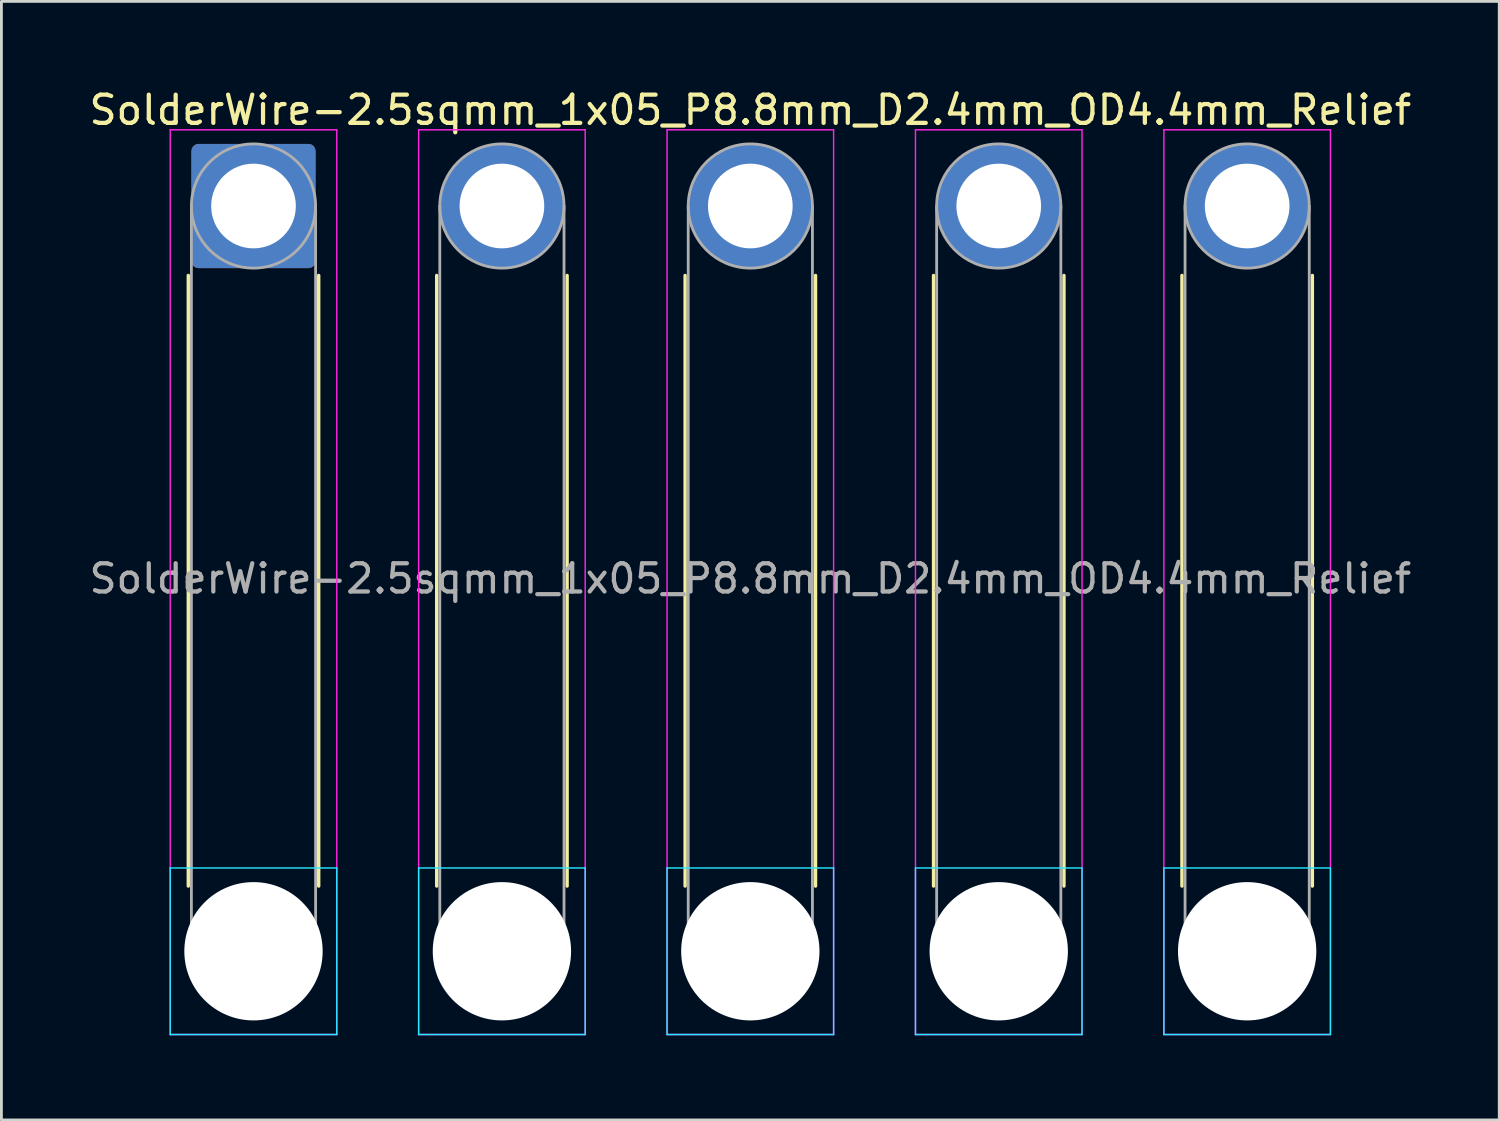
<source format=kicad_pcb>
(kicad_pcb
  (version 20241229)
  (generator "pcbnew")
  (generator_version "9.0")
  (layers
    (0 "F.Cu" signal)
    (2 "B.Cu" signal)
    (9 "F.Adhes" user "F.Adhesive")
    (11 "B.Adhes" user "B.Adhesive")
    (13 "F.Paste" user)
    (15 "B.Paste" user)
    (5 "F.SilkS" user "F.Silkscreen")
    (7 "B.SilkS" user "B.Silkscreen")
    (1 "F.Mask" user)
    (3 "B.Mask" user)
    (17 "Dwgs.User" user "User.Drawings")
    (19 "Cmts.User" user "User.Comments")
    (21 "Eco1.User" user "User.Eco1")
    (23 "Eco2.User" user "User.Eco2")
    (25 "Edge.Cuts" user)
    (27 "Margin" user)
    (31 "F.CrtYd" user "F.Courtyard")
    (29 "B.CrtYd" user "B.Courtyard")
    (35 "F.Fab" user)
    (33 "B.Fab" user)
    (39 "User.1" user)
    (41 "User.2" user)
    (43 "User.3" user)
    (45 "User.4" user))
  (footprint "SolderWire-2.5sqmm_1x05_P8.8mm_D2.4mm_OD4.4mm_Relief"
    (layer "F.Cu")
    (at 5.93 4.248)
    (property "Reference" "SolderWire-2.5sqmm_1x05_P8.8mm_D2.4mm_OD4.4mm_Relief" (at 17.6 -3.4 0) (layer "F.SilkS") (effects (font (size 1 1) (thickness 0.15))))
    (attr exclude_from_pos_files exclude_from_bom)
    (fp_line (start -2.31 2.46) (end -2.31 24.09) (stroke (width 0.12) (type solid)) (layer "F.SilkS"))
    (fp_line (start 2.31 2.46) (end 2.31 24.09) (stroke (width 0.12) (type solid)) (layer "F.SilkS"))
    (fp_line (start 6.49 2.46) (end 6.49 24.09) (stroke (width 0.12) (type solid)) (layer "F.SilkS"))
    (fp_line (start 11.11 2.46) (end 11.11 24.09) (stroke (width 0.12) (type solid)) (layer "F.SilkS"))
    (fp_line (start 15.29 2.46) (end 15.29 24.09) (stroke (width 0.12) (type solid)) (layer "F.SilkS"))
    (fp_line (start 19.91 2.46) (end 19.91 24.09) (stroke (width 0.12) (type solid)) (layer "F.SilkS"))
    (fp_line (start 24.09 2.46) (end 24.09 24.09) (stroke (width 0.12) (type solid)) (layer "F.SilkS"))
    (fp_line (start 28.71 2.46) (end 28.71 24.09) (stroke (width 0.12) (type solid)) (layer "F.SilkS"))
    (fp_line (start 32.89 2.46) (end 32.89 24.09) (stroke (width 0.12) (type solid)) (layer "F.SilkS"))
    (fp_line (start 37.51 2.46) (end 37.51 24.09) (stroke (width 0.12) (type solid)) (layer "F.SilkS"))
    (fp_line (start -2.95 23.45) (end -2.95 29.35) (stroke (width 0.05) (type solid)) (layer "B.CrtYd"))
    (fp_line (start -2.95 29.35) (end 2.95 29.35) (stroke (width 0.05) (type solid)) (layer "B.CrtYd"))
    (fp_line (start 2.95 23.45) (end -2.95 23.45) (stroke (width 0.05) (type solid)) (layer "B.CrtYd"))
    (fp_line (start 2.95 29.35) (end 2.95 23.45) (stroke (width 0.05) (type solid)) (layer "B.CrtYd"))
    (fp_line (start 5.85 23.45) (end 5.85 29.35) (stroke (width 0.05) (type solid)) (layer "B.CrtYd"))
    (fp_line (start 5.85 29.35) (end 11.75 29.35) (stroke (width 0.05) (type solid)) (layer "B.CrtYd"))
    (fp_line (start 11.75 23.45) (end 5.85 23.45) (stroke (width 0.05) (type solid)) (layer "B.CrtYd"))
    (fp_line (start 11.75 29.35) (end 11.75 23.45) (stroke (width 0.05) (type solid)) (layer "B.CrtYd"))
    (fp_line (start 14.65 23.45) (end 14.65 29.35) (stroke (width 0.05) (type solid)) (layer "B.CrtYd"))
    (fp_line (start 14.65 29.35) (end 20.55 29.35) (stroke (width 0.05) (type solid)) (layer "B.CrtYd"))
    (fp_line (start 20.55 23.45) (end 14.65 23.45) (stroke (width 0.05) (type solid)) (layer "B.CrtYd"))
    (fp_line (start 20.55 29.35) (end 20.55 23.45) (stroke (width 0.05) (type solid)) (layer "B.CrtYd"))
    (fp_line (start 23.45 23.45) (end 23.45 29.35) (stroke (width 0.05) (type solid)) (layer "B.CrtYd"))
    (fp_line (start 23.45 29.35) (end 29.35 29.35) (stroke (width 0.05) (type solid)) (layer "B.CrtYd"))
    (fp_line (start 29.35 23.45) (end 23.45 23.45) (stroke (width 0.05) (type solid)) (layer "B.CrtYd"))
    (fp_line (start 29.35 29.35) (end 29.35 23.45) (stroke (width 0.05) (type solid)) (layer "B.CrtYd"))
    (fp_line (start 32.25 23.45) (end 32.25 29.35) (stroke (width 0.05) (type solid)) (layer "B.CrtYd"))
    (fp_line (start 32.25 29.35) (end 38.15 29.35) (stroke (width 0.05) (type solid)) (layer "B.CrtYd"))
    (fp_line (start 38.15 23.45) (end 32.25 23.45) (stroke (width 0.05) (type solid)) (layer "B.CrtYd"))
    (fp_line (start 38.15 29.35) (end 38.15 23.45) (stroke (width 0.05) (type solid)) (layer "B.CrtYd"))
    (fp_line (start -2.95 -2.7) (end -2.95 29.35) (stroke (width 0.05) (type solid)) (layer "F.CrtYd"))
    (fp_line (start -2.95 29.35) (end 2.95 29.35) (stroke (width 0.05) (type solid)) (layer "F.CrtYd"))
    (fp_line (start 2.95 -2.7) (end -2.95 -2.7) (stroke (width 0.05) (type solid)) (layer "F.CrtYd"))
    (fp_line (start 2.95 29.35) (end 2.95 -2.7) (stroke (width 0.05) (type solid)) (layer "F.CrtYd"))
    (fp_line (start 5.85 -2.7) (end 5.85 29.35) (stroke (width 0.05) (type solid)) (layer "F.CrtYd"))
    (fp_line (start 5.85 29.35) (end 11.75 29.35) (stroke (width 0.05) (type solid)) (layer "F.CrtYd"))
    (fp_line (start 11.75 -2.7) (end 5.85 -2.7) (stroke (width 0.05) (type solid)) (layer "F.CrtYd"))
    (fp_line (start 11.75 29.35) (end 11.75 -2.7) (stroke (width 0.05) (type solid)) (layer "F.CrtYd"))
    (fp_line (start 14.65 -2.7) (end 14.65 29.35) (stroke (width 0.05) (type solid)) (layer "F.CrtYd"))
    (fp_line (start 14.65 29.35) (end 20.55 29.35) (stroke (width 0.05) (type solid)) (layer "F.CrtYd"))
    (fp_line (start 20.55 -2.7) (end 14.65 -2.7) (stroke (width 0.05) (type solid)) (layer "F.CrtYd"))
    (fp_line (start 20.55 29.35) (end 20.55 -2.7) (stroke (width 0.05) (type solid)) (layer "F.CrtYd"))
    (fp_line (start 23.45 -2.7) (end 23.45 29.35) (stroke (width 0.05) (type solid)) (layer "F.CrtYd"))
    (fp_line (start 23.45 29.35) (end 29.35 29.35) (stroke (width 0.05) (type solid)) (layer "F.CrtYd"))
    (fp_line (start 29.35 -2.7) (end 23.45 -2.7) (stroke (width 0.05) (type solid)) (layer "F.CrtYd"))
    (fp_line (start 29.35 29.35) (end 29.35 -2.7) (stroke (width 0.05) (type solid)) (layer "F.CrtYd"))
    (fp_line (start 32.25 -2.7) (end 32.25 29.35) (stroke (width 0.05) (type solid)) (layer "F.CrtYd"))
    (fp_line (start 32.25 29.35) (end 38.15 29.35) (stroke (width 0.05) (type solid)) (layer "F.CrtYd"))
    (fp_line (start 38.15 -2.7) (end 32.25 -2.7) (stroke (width 0.05) (type solid)) (layer "F.CrtYd"))
    (fp_line (start 38.15 29.35) (end 38.15 -2.7) (stroke (width 0.05) (type solid)) (layer "F.CrtYd"))
    (fp_line (start -2.2 0) (end -2.2 26.4) (stroke (width 0.1) (type solid)) (layer "F.Fab"))
    (fp_line (start 2.2 0) (end 2.2 26.4) (stroke (width 0.1) (type solid)) (layer "F.Fab"))
    (fp_line (start 6.6 0) (end 6.6 26.4) (stroke (width 0.1) (type solid)) (layer "F.Fab"))
    (fp_line (start 11 0) (end 11 26.4) (stroke (width 0.1) (type solid)) (layer "F.Fab"))
    (fp_line (start 15.4 0) (end 15.4 26.4) (stroke (width 0.1) (type solid)) (layer "F.Fab"))
    (fp_line (start 19.8 0) (end 19.8 26.4) (stroke (width 0.1) (type solid)) (layer "F.Fab"))
    (fp_line (start 24.2 0) (end 24.2 26.4) (stroke (width 0.1) (type solid)) (layer "F.Fab"))
    (fp_line (start 28.6 0) (end 28.6 26.4) (stroke (width 0.1) (type solid)) (layer "F.Fab"))
    (fp_line (start 33 0) (end 33 26.4) (stroke (width 0.1) (type solid)) (layer "F.Fab"))
    (fp_line (start 37.4 0) (end 37.4 26.4) (stroke (width 0.1) (type solid)) (layer "F.Fab"))
    (fp_circle (center 0 0) (end 2.2 0) (stroke (width 0.1) (type solid)) (fill no) (layer "F.Fab"))
    (fp_circle (center 0 26.4) (end 2.2 26.4) (stroke (width 0.1) (type solid)) (fill no) (layer "F.Fab"))
    (fp_circle (center 8.8 0) (end 11 0) (stroke (width 0.1) (type solid)) (fill no) (layer "F.Fab"))
    (fp_circle (center 8.8 26.4) (end 11 26.4) (stroke (width 0.1) (type solid)) (fill no) (layer "F.Fab"))
    (fp_circle (center 17.6 0) (end 19.8 0) (stroke (width 0.1) (type solid)) (fill no) (layer "F.Fab"))
    (fp_circle (center 17.6 26.4) (end 19.8 26.4) (stroke (width 0.1) (type solid)) (fill no) (layer "F.Fab"))
    (fp_circle (center 26.4 0) (end 28.6 0) (stroke (width 0.1) (type solid)) (fill no) (layer "F.Fab"))
    (fp_circle (center 26.4 26.4) (end 28.6 26.4) (stroke (width 0.1) (type solid)) (fill no) (layer "F.Fab"))
    (fp_circle (center 35.2 0) (end 37.4 0) (stroke (width 0.1) (type solid)) (fill no) (layer "F.Fab"))
    (fp_circle (center 35.2 26.4) (end 37.4 26.4) (stroke (width 0.1) (type solid)) (fill no) (layer "F.Fab"))
    (fp_text user "${REFERENCE}" (at 17.6 13.2 0) (layer "F.Fab") (effects (font (size 1 1) (thickness 0.15))))
    (pad "" np_thru_hole circle (at 0 26.4) (size 4.9 4.9) (drill 4.9) (layers "*.Cu" "*.Mask"))
    (pad "" np_thru_hole circle (at 8.8 26.4) (size 4.9 4.9) (drill 4.9) (layers "*.Cu" "*.Mask"))
    (pad "" np_thru_hole circle (at 17.6 26.4) (size 4.9 4.9) (drill 4.9) (layers "*.Cu" "*.Mask"))
    (pad "" np_thru_hole circle (at 26.4 26.4) (size 4.9 4.9) (drill 4.9) (layers "*.Cu" "*.Mask"))
    (pad "" np_thru_hole circle (at 35.2 26.4) (size 4.9 4.9) (drill 4.9) (layers "*.Cu" "*.Mask"))
    (pad "1" thru_hole roundrect (at 0 0) (size 4.4 4.4) (drill 3) (layers "*.Cu" "*.Mask") (roundrect_rratio 0.057))
    (pad "2" thru_hole circle (at 8.8 0) (size 4.4 4.4) (drill 3) (layers "*.Cu" "*.Mask"))
    (pad "3" thru_hole circle (at 17.6 0) (size 4.4 4.4) (drill 3) (layers "*.Cu" "*.Mask"))
    (pad "4" thru_hole circle (at 26.4 0) (size 4.4 4.4) (drill 3) (layers "*.Cu" "*.Mask"))
    (pad "5" thru_hole circle (at 35.2 0) (size 4.4 4.4) (drill 3) (layers "*.Cu" "*.Mask")))
  (gr_rect
    (start -3 -3)
    (end 50.06 36.623)
    (stroke (width 0.1) (type default))
    (fill no)
    (layer "Edge.Cuts")))
</source>
